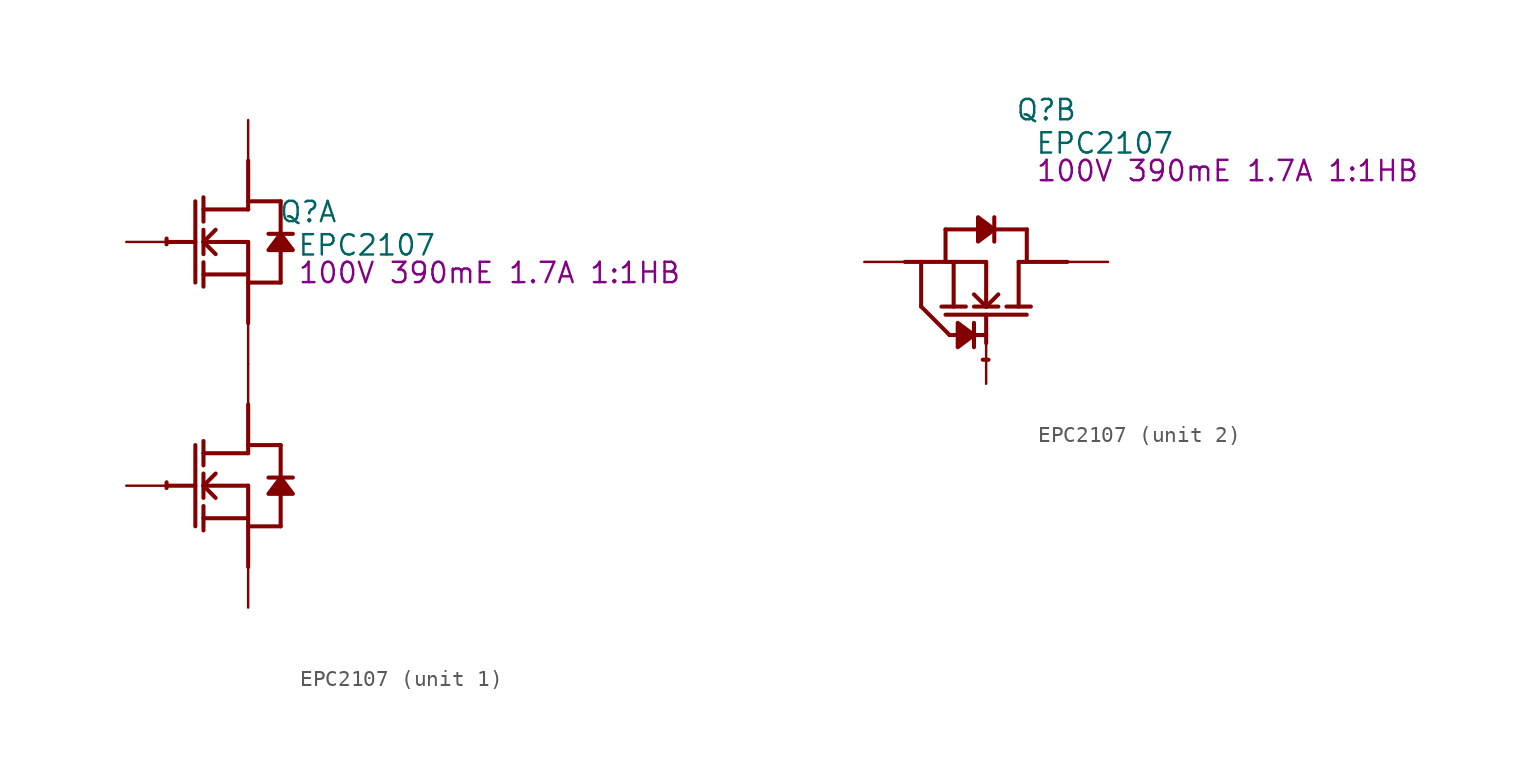
<source format=kicad_sym>
(kicad_symbol_lib
  (version 20241209)
  (generator "kicad_symbol_editor")
  (generator_version "9.0")
  (symbol "EPC2107"
    (property "Reference" "Q"
      (at 3.759 9.5 0)
      (effects (font (size 1.27 1.27))))
    (property "Value" "EPC2107"
      (at 7.417 7.417 0)
      (effects (font (size 1.27 1.27))))
    (property "Description" "100V 390mE 1.7A 1:1HB"
      (at 15.088 5.69 0)
      (effects (font (size 1.27 1.27))))
    (symbol "EPC2107_1_0"
      (polyline (pts (xy -5.08 7.62) (xy -3.302 7.62)) (stroke (width 0.254) (type solid)) (fill (type none)))
      (polyline (pts (xy -5.08 -7.62) (xy -3.302 -7.62)) (stroke (width 0.254) (type solid)) (fill (type none)))
      (polyline (pts (xy -3.302 10.16) (xy -3.302 5.08)) (stroke (width 0.254) (type solid)) (fill (type none)))
      (polyline (pts (xy -3.302 -5.08) (xy -3.302 -10.16)) (stroke (width 0.254) (type solid)) (fill (type none)))
      (polyline (pts (xy -2.794 8.89) (xy -2.794 10.414)) (stroke (width 0.254) (type solid)) (fill (type none)))
      (polyline (pts (xy -2.794 7.62) (xy -2.032 8.382)) (stroke (width 0.254) (type solid)) (fill (type none)))
      (polyline (pts (xy -2.794 7.62) (xy 0 7.62)) (stroke (width 0.254) (type solid)) (fill (type none)))
      (polyline (pts (xy -2.794 6.858) (xy -2.794 8.382)) (stroke (width 0.254) (type solid)) (fill (type none)))
      (polyline (pts (xy -2.794 5.588) (xy 0 5.588)) (stroke (width 0.254) (type solid)) (fill (type none)))
      (polyline (pts (xy -2.794 4.826) (xy -2.794 6.35)) (stroke (width 0.254) (type solid)) (fill (type none)))
      (polyline (pts (xy -2.794 -6.35) (xy -2.794 -4.826)) (stroke (width 0.254) (type solid)) (fill (type none)))
      (polyline (pts (xy -2.794 -7.62) (xy -2.032 -6.858)) (stroke (width 0.254) (type solid)) (fill (type none)))
      (polyline (pts (xy -2.794 -7.62) (xy 0 -7.62)) (stroke (width 0.254) (type solid)) (fill (type none)))
      (polyline (pts (xy -2.794 -8.382) (xy -2.794 -6.858)) (stroke (width 0.254) (type solid)) (fill (type none)))
      (polyline (pts (xy -2.794 -9.652) (xy 0 -9.652)) (stroke (width 0.254) (type solid)) (fill (type none)))
      (polyline (pts (xy -2.794 -10.414) (xy -2.794 -8.89)) (stroke (width 0.254) (type solid)) (fill (type none)))
      (polyline (pts (xy -2.032 6.858) (xy -2.794 7.62)) (stroke (width 0.254) (type solid)) (fill (type none)))
      (polyline (pts (xy -2.032 -8.382) (xy -2.794 -7.62)) (stroke (width 0.254) (type solid)) (fill (type none)))
      (polyline (pts (xy 0 10.16) (xy 2.032 10.16)) (stroke (width 0.254) (type solid)) (fill (type none)))
      (polyline (pts (xy 0 9.652) (xy -2.794 9.652)) (stroke (width 0.254) (type solid)) (fill (type none)))
      (polyline (pts (xy 0 9.652) (xy 0 12.7)) (stroke (width 0.254) (type solid)) (fill (type none)))
      (polyline (pts (xy 0 7.62) (xy 0 2.54)) (stroke (width 0.254) (type solid)) (fill (type none)))
      (polyline (pts (xy 0 5.08) (xy 2.032 5.08)) (stroke (width 0.254) (type solid)) (fill (type none)))
      (polyline (pts (xy 0 -5.08) (xy 2.032 -5.08)) (stroke (width 0.254) (type solid)) (fill (type none)))
      (polyline (pts (xy 0 -5.588) (xy -2.794 -5.588)) (stroke (width 0.254) (type solid)) (fill (type none)))
      (polyline (pts (xy 0 -5.588) (xy 0 -2.54)) (stroke (width 0.254) (type solid)) (fill (type none)))
      (polyline (pts (xy 0 -7.62) (xy 0 -12.7)) (stroke (width 0.254) (type solid)) (fill (type none)))
      (polyline (pts (xy 0 -10.16) (xy 2.032 -10.16)) (stroke (width 0.254) (type solid)) (fill (type none)))
      (arc (start -5.1019 7.4733) (mid -5.1039 7.6531) (end -5.0996 7.8328) (stroke (width 0.254) (type solid)) (fill (type none)))
      (arc (start -5.1019 -7.7667) (mid -5.1039 -7.5869) (end -5.0996 -7.4072) (stroke (width 0.254) (type solid)) (fill (type none)))
      (polyline (pts (xy 2.032 10.16) (xy 2.032 8.128)) (stroke (width 0.254) (type solid)) (fill (type none)))
      (polyline (pts (xy 2.032 8.128) (xy 1.27 7.112) (xy 2.794 7.112) (xy 2.032 8.128)) (stroke (width 0.254) (type solid)) (fill (type outline)))
      (polyline (pts (xy 2.032 7.112) (xy 2.032 5.08)) (stroke (width 0.254) (type solid)) (fill (type none)))
      (polyline (pts (xy 2.032 -5.08) (xy 2.032 -7.112)) (stroke (width 0.254) (type solid)) (fill (type none)))
      (polyline (pts (xy 2.032 -7.112) (xy 1.27 -8.128) (xy 2.794 -8.128) (xy 2.032 -7.112)) (stroke (width 0.254) (type solid)) (fill (type outline)))
      (polyline (pts (xy 2.032 -8.128) (xy 2.032 -10.16)) (stroke (width 0.254) (type solid)) (fill (type none)))
      (polyline (pts (xy 2.794 8.128) (xy 1.27 8.128)) (stroke (width 0.254) (type solid)) (fill (type none)))
      (polyline (pts (xy 2.794 -7.112) (xy 1.27 -7.112)) (stroke (width 0.254) (type solid)) (fill (type none)))
      (pin passive line (at -7.62 7.62 0) (length 2.54) (name "G1" (effects (font (size 0 0)))) (number "1" (effects (font (size 0 0)))))
      (pin open_collector line (at -7.62 -7.62 0) (length 2.54) (name "G2" (effects (font (size 0 0)))) (number "2" (effects (font (size 0 0)))))
      (pin open_emitter line (at 0 15.24 270) (length 2.54) (name "D1" (effects (font (size 0 0)))) (number "7" (effects (font (size 0 0)))))
      (pin open_emitter line (at 0 0 90) (length 2.54) (name "S1" (effects (font (size 0 0)))) (number "4" (effects (font (size 0 0)))))
      (pin open_emitter line (at 0 0 270) (length 2.54) (name "D2" (effects (font (size 0 0)))) (number "5" (effects (font (size 0 0)))))
      (pin open_emitter line (at 0 -15.24 90) (length 2.54) (name "S2" (effects (font (size 0 0)))) (number "8" (effects (font (size 0 0))))))
    (symbol "EPC2107_2_0"
      (polyline (pts (xy -5.08 0) (xy 0 0)) (stroke (width 0.254) (type solid)) (fill (type none)))
      (polyline (pts (xy -4.064 -2.794) (xy -4.064 0)) (stroke (width 0.254) (type solid)) (fill (type none)))
      (polyline (pts (xy -2.54 2.032) (xy -0.508 2.032)) (stroke (width 0.254) (type solid)) (fill (type none)))
      (polyline (pts (xy -2.54 0) (xy -2.54 2.032)) (stroke (width 0.254) (type solid)) (fill (type none)))
      (polyline (pts (xy -2.54 -3.302) (xy 2.54 -3.302)) (stroke (width 0.254) (type solid)) (fill (type none)))
      (polyline (pts (xy -2.286 -4.572) (xy -4.064 -2.794)) (stroke (width 0.254) (type solid)) (fill (type none)))
      (polyline (pts (xy -2.286 -4.572) (xy 0 -4.572)) (stroke (width 0.254) (type solid)) (fill (type none)))
      (polyline (pts (xy -2.032 0) (xy -2.032 -2.794)) (stroke (width 0.254) (type solid)) (fill (type none)))
      (polyline (pts (xy -1.27 -2.794) (xy -2.794 -2.794)) (stroke (width 0.254) (type solid)) (fill (type none)))
      (polyline (pts (xy -0.762 -3.81) (xy -0.762 -5.334)) (stroke (width 0.254) (type solid)) (fill (type none)))
      (polyline (pts (xy -0.762 -4.572) (xy -1.778 -3.81) (xy -1.778 -5.334) (xy -0.762 -4.572)) (stroke (width 0.254) (type solid)) (fill (type outline)))
      (arc (start 0.1467 -6.1179) (mid -0.0331 -6.1199) (end -0.2128 -6.1156) (stroke (width 0.254) (type solid)) (fill (type none)))
      (polyline (pts (xy 0 -2.794) (xy -0.762 -2.032)) (stroke (width 0.254) (type solid)) (fill (type none)))
      (polyline (pts (xy 0 -2.794) (xy 0 0)) (stroke (width 0.254) (type solid)) (fill (type none)))
      (polyline (pts (xy 0 -5.08) (xy 0 -3.302)) (stroke (width 0.254) (type solid)) (fill (type none)))
      (polyline (pts (xy 0.508 2.794) (xy 0.508 1.27)) (stroke (width 0.254) (type solid)) (fill (type none)))
      (polyline (pts (xy 0.508 2.032) (xy 2.54 2.032)) (stroke (width 0.254) (type solid)) (fill (type none)))
      (polyline (pts (xy 0.508 2.032) (xy -0.508 2.794) (xy -0.508 1.27) (xy 0.508 2.032)) (stroke (width 0.254) (type solid)) (fill (type outline)))
      (polyline (pts (xy 0.762 -2.032) (xy 0 -2.794)) (stroke (width 0.254) (type solid)) (fill (type none)))
      (polyline (pts (xy 0.762 -2.794) (xy -0.762 -2.794)) (stroke (width 0.254) (type solid)) (fill (type none)))
      (polyline (pts (xy 2.032 -2.794) (xy 2.032 0)) (stroke (width 0.254) (type solid)) (fill (type none)))
      (polyline (pts (xy 2.54 0) (xy 2.54 2.032)) (stroke (width 0.254) (type solid)) (fill (type none)))
      (polyline (pts (xy 2.794 -2.794) (xy 1.27 -2.794)) (stroke (width 0.254) (type solid)) (fill (type none)))
      (polyline (pts (xy 5.08 0) (xy 2.032 0)) (stroke (width 0.254) (type solid)) (fill (type none)))
      (pin passive line (at -7.62 0 0) (length 2.54) (name "S3" (effects (font (size 0 0)))) (number "9" (effects (font (size 0 0)))))
      (pin open_emitter line (at 0 -7.62 90) (length 2.54) (name "G3" (effects (font (size 0 0)))) (number "3" (effects (font (size 0 0)))))
      (pin open_collector line (at 7.62 0 180) (length 2.54) (name "D3" (effects (font (size 0 0)))) (number "6" (effects (font (size 0 0))))))))
</source>
